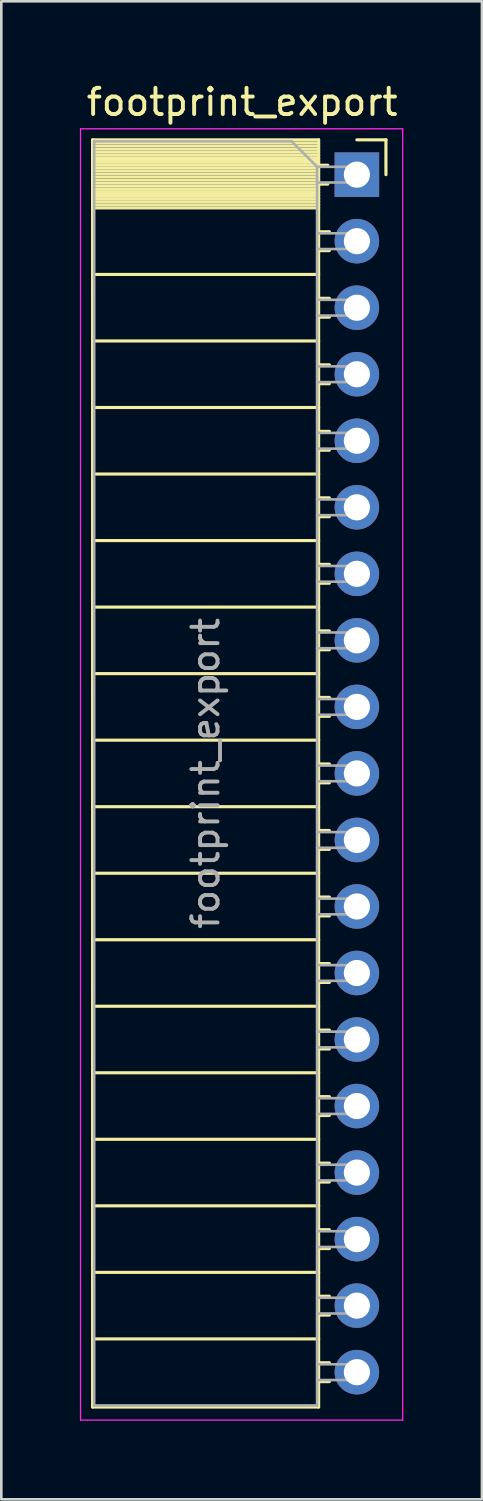
<source format=kicad_pcb>
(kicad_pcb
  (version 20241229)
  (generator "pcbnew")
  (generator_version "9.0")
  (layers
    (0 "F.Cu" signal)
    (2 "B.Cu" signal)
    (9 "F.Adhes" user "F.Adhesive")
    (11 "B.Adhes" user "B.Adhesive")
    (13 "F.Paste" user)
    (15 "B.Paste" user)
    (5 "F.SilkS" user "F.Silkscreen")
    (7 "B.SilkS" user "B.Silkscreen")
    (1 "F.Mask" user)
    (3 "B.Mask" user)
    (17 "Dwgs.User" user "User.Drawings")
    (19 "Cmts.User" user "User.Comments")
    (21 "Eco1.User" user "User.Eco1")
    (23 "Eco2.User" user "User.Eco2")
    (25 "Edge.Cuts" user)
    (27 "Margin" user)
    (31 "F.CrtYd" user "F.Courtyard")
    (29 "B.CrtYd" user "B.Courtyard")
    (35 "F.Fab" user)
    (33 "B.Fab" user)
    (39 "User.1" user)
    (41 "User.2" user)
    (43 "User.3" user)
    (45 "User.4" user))
  (footprint "footprint_export"
    (layer "F.Cu")
    (at 10.575 3.618)
    (property "Reference" "footprint_export" (at -4.38 -2.77 0) (layer "F.SilkS") (effects (font (size 1 1) (thickness 0.15))))
    (attr through_hole)
    (fp_line (start -10.09 -1.33) (end -10.09 47.05) (stroke (width 0.12) (type solid)) (layer "F.SilkS"))
    (fp_line (start -10.09 -1.33) (end -1.46 -1.33) (stroke (width 0.12) (type solid)) (layer "F.SilkS"))
    (fp_line (start -10.09 -1.21) (end -1.46 -1.21) (stroke (width 0.12) (type solid)) (layer "F.SilkS"))
    (fp_line (start -10.09 -1.092) (end -1.46 -1.092) (stroke (width 0.12) (type solid)) (layer "F.SilkS"))
    (fp_line (start -10.09 -0.974) (end -1.46 -0.974) (stroke (width 0.12) (type solid)) (layer "F.SilkS"))
    (fp_line (start -10.09 -0.856) (end -1.46 -0.856) (stroke (width 0.12) (type solid)) (layer "F.SilkS"))
    (fp_line (start -10.09 -0.738) (end -1.46 -0.738) (stroke (width 0.12) (type solid)) (layer "F.SilkS"))
    (fp_line (start -10.09 -0.62) (end -1.46 -0.62) (stroke (width 0.12) (type solid)) (layer "F.SilkS"))
    (fp_line (start -10.09 -0.501) (end -1.46 -0.501) (stroke (width 0.12) (type solid)) (layer "F.SilkS"))
    (fp_line (start -10.09 -0.383) (end -1.46 -0.383) (stroke (width 0.12) (type solid)) (layer "F.SilkS"))
    (fp_line (start -10.09 -0.265) (end -1.46 -0.265) (stroke (width 0.12) (type solid)) (layer "F.SilkS"))
    (fp_line (start -10.09 -0.147) (end -1.46 -0.147) (stroke (width 0.12) (type solid)) (layer "F.SilkS"))
    (fp_line (start -10.09 -0.029) (end -1.46 -0.029) (stroke (width 0.12) (type solid)) (layer "F.SilkS"))
    (fp_line (start -10.09 0.089) (end -1.46 0.089) (stroke (width 0.12) (type solid)) (layer "F.SilkS"))
    (fp_line (start -10.09 0.207) (end -1.46 0.207) (stroke (width 0.12) (type solid)) (layer "F.SilkS"))
    (fp_line (start -10.09 0.325) (end -1.46 0.325) (stroke (width 0.12) (type solid)) (layer "F.SilkS"))
    (fp_line (start -10.09 0.443) (end -1.46 0.443) (stroke (width 0.12) (type solid)) (layer "F.SilkS"))
    (fp_line (start -10.09 0.561) (end -1.46 0.561) (stroke (width 0.12) (type solid)) (layer "F.SilkS"))
    (fp_line (start -10.09 0.68) (end -1.46 0.68) (stroke (width 0.12) (type solid)) (layer "F.SilkS"))
    (fp_line (start -10.09 0.798) (end -1.46 0.798) (stroke (width 0.12) (type solid)) (layer "F.SilkS"))
    (fp_line (start -10.09 0.916) (end -1.46 0.916) (stroke (width 0.12) (type solid)) (layer "F.SilkS"))
    (fp_line (start -10.09 1.034) (end -1.46 1.034) (stroke (width 0.12) (type solid)) (layer "F.SilkS"))
    (fp_line (start -10.09 1.152) (end -1.46 1.152) (stroke (width 0.12) (type solid)) (layer "F.SilkS"))
    (fp_line (start -10.09 1.27) (end -1.46 1.27) (stroke (width 0.12) (type solid)) (layer "F.SilkS"))
    (fp_line (start -10.09 3.81) (end -1.46 3.81) (stroke (width 0.12) (type solid)) (layer "F.SilkS"))
    (fp_line (start -10.09 6.35) (end -1.46 6.35) (stroke (width 0.12) (type solid)) (layer "F.SilkS"))
    (fp_line (start -10.09 8.89) (end -1.46 8.89) (stroke (width 0.12) (type solid)) (layer "F.SilkS"))
    (fp_line (start -10.09 11.43) (end -1.46 11.43) (stroke (width 0.12) (type solid)) (layer "F.SilkS"))
    (fp_line (start -10.09 13.97) (end -1.46 13.97) (stroke (width 0.12) (type solid)) (layer "F.SilkS"))
    (fp_line (start -10.09 16.51) (end -1.46 16.51) (stroke (width 0.12) (type solid)) (layer "F.SilkS"))
    (fp_line (start -10.09 19.05) (end -1.46 19.05) (stroke (width 0.12) (type solid)) (layer "F.SilkS"))
    (fp_line (start -10.09 21.59) (end -1.46 21.59) (stroke (width 0.12) (type solid)) (layer "F.SilkS"))
    (fp_line (start -10.09 24.13) (end -1.46 24.13) (stroke (width 0.12) (type solid)) (layer "F.SilkS"))
    (fp_line (start -10.09 26.67) (end -1.46 26.67) (stroke (width 0.12) (type solid)) (layer "F.SilkS"))
    (fp_line (start -10.09 29.21) (end -1.46 29.21) (stroke (width 0.12) (type solid)) (layer "F.SilkS"))
    (fp_line (start -10.09 31.75) (end -1.46 31.75) (stroke (width 0.12) (type solid)) (layer "F.SilkS"))
    (fp_line (start -10.09 34.29) (end -1.46 34.29) (stroke (width 0.12) (type solid)) (layer "F.SilkS"))
    (fp_line (start -10.09 36.83) (end -1.46 36.83) (stroke (width 0.12) (type solid)) (layer "F.SilkS"))
    (fp_line (start -10.09 39.37) (end -1.46 39.37) (stroke (width 0.12) (type solid)) (layer "F.SilkS"))
    (fp_line (start -10.09 41.91) (end -1.46 41.91) (stroke (width 0.12) (type solid)) (layer "F.SilkS"))
    (fp_line (start -10.09 44.45) (end -1.46 44.45) (stroke (width 0.12) (type solid)) (layer "F.SilkS"))
    (fp_line (start -10.09 47.05) (end -1.46 47.05) (stroke (width 0.12) (type solid)) (layer "F.SilkS"))
    (fp_line (start -1.46 -1.33) (end -1.46 47.05) (stroke (width 0.12) (type solid)) (layer "F.SilkS"))
    (fp_line (start -1.46 -0.36) (end -1.11 -0.36) (stroke (width 0.12) (type solid)) (layer "F.SilkS"))
    (fp_line (start -1.46 0.36) (end -1.11 0.36) (stroke (width 0.12) (type solid)) (layer "F.SilkS"))
    (fp_line (start -1.46 2.18) (end -1.05 2.18) (stroke (width 0.12) (type solid)) (layer "F.SilkS"))
    (fp_line (start -1.46 2.9) (end -1.05 2.9) (stroke (width 0.12) (type solid)) (layer "F.SilkS"))
    (fp_line (start -1.46 4.72) (end -1.05 4.72) (stroke (width 0.12) (type solid)) (layer "F.SilkS"))
    (fp_line (start -1.46 5.44) (end -1.05 5.44) (stroke (width 0.12) (type solid)) (layer "F.SilkS"))
    (fp_line (start -1.46 7.26) (end -1.05 7.26) (stroke (width 0.12) (type solid)) (layer "F.SilkS"))
    (fp_line (start -1.46 7.98) (end -1.05 7.98) (stroke (width 0.12) (type solid)) (layer "F.SilkS"))
    (fp_line (start -1.46 9.8) (end -1.05 9.8) (stroke (width 0.12) (type solid)) (layer "F.SilkS"))
    (fp_line (start -1.46 10.52) (end -1.05 10.52) (stroke (width 0.12) (type solid)) (layer "F.SilkS"))
    (fp_line (start -1.46 12.34) (end -1.05 12.34) (stroke (width 0.12) (type solid)) (layer "F.SilkS"))
    (fp_line (start -1.46 13.06) (end -1.05 13.06) (stroke (width 0.12) (type solid)) (layer "F.SilkS"))
    (fp_line (start -1.46 14.88) (end -1.05 14.88) (stroke (width 0.12) (type solid)) (layer "F.SilkS"))
    (fp_line (start -1.46 15.6) (end -1.05 15.6) (stroke (width 0.12) (type solid)) (layer "F.SilkS"))
    (fp_line (start -1.46 17.42) (end -1.05 17.42) (stroke (width 0.12) (type solid)) (layer "F.SilkS"))
    (fp_line (start -1.46 18.14) (end -1.05 18.14) (stroke (width 0.12) (type solid)) (layer "F.SilkS"))
    (fp_line (start -1.46 19.96) (end -1.05 19.96) (stroke (width 0.12) (type solid)) (layer "F.SilkS"))
    (fp_line (start -1.46 20.68) (end -1.05 20.68) (stroke (width 0.12) (type solid)) (layer "F.SilkS"))
    (fp_line (start -1.46 22.5) (end -1.05 22.5) (stroke (width 0.12) (type solid)) (layer "F.SilkS"))
    (fp_line (start -1.46 23.22) (end -1.05 23.22) (stroke (width 0.12) (type solid)) (layer "F.SilkS"))
    (fp_line (start -1.46 25.04) (end -1.05 25.04) (stroke (width 0.12) (type solid)) (layer "F.SilkS"))
    (fp_line (start -1.46 25.76) (end -1.05 25.76) (stroke (width 0.12) (type solid)) (layer "F.SilkS"))
    (fp_line (start -1.46 27.58) (end -1.05 27.58) (stroke (width 0.12) (type solid)) (layer "F.SilkS"))
    (fp_line (start -1.46 28.3) (end -1.05 28.3) (stroke (width 0.12) (type solid)) (layer "F.SilkS"))
    (fp_line (start -1.46 30.12) (end -1.05 30.12) (stroke (width 0.12) (type solid)) (layer "F.SilkS"))
    (fp_line (start -1.46 30.84) (end -1.05 30.84) (stroke (width 0.12) (type solid)) (layer "F.SilkS"))
    (fp_line (start -1.46 32.66) (end -1.05 32.66) (stroke (width 0.12) (type solid)) (layer "F.SilkS"))
    (fp_line (start -1.46 33.38) (end -1.05 33.38) (stroke (width 0.12) (type solid)) (layer "F.SilkS"))
    (fp_line (start -1.46 35.2) (end -1.05 35.2) (stroke (width 0.12) (type solid)) (layer "F.SilkS"))
    (fp_line (start -1.46 35.92) (end -1.05 35.92) (stroke (width 0.12) (type solid)) (layer "F.SilkS"))
    (fp_line (start -1.46 37.74) (end -1.05 37.74) (stroke (width 0.12) (type solid)) (layer "F.SilkS"))
    (fp_line (start -1.46 38.46) (end -1.05 38.46) (stroke (width 0.12) (type solid)) (layer "F.SilkS"))
    (fp_line (start -1.46 40.28) (end -1.05 40.28) (stroke (width 0.12) (type solid)) (layer "F.SilkS"))
    (fp_line (start -1.46 41) (end -1.05 41) (stroke (width 0.12) (type solid)) (layer "F.SilkS"))
    (fp_line (start -1.46 42.82) (end -1.05 42.82) (stroke (width 0.12) (type solid)) (layer "F.SilkS"))
    (fp_line (start -1.46 43.54) (end -1.05 43.54) (stroke (width 0.12) (type solid)) (layer "F.SilkS"))
    (fp_line (start -1.46 45.36) (end -1.05 45.36) (stroke (width 0.12) (type solid)) (layer "F.SilkS"))
    (fp_line (start -1.46 46.08) (end -1.05 46.08) (stroke (width 0.12) (type solid)) (layer "F.SilkS"))
    (fp_line (start 0 -1.33) (end 1.11 -1.33) (stroke (width 0.12) (type solid)) (layer "F.SilkS"))
    (fp_line (start 1.11 -1.33) (end 1.11 0) (stroke (width 0.12) (type solid)) (layer "F.SilkS"))
    (fp_line (start -10.55 -1.75) (end -10.55 47.55) (stroke (width 0.05) (type solid)) (layer "F.CrtYd"))
    (fp_line (start -10.55 47.55) (end 1.75 47.55) (stroke (width 0.05) (type solid)) (layer "F.CrtYd"))
    (fp_line (start 1.75 -1.75) (end -10.55 -1.75) (stroke (width 0.05) (type solid)) (layer "F.CrtYd"))
    (fp_line (start 1.75 47.55) (end 1.75 -1.75) (stroke (width 0.05) (type solid)) (layer "F.CrtYd"))
    (fp_line (start -10.03 -1.27) (end -2.49 -1.27) (stroke (width 0.1) (type solid)) (layer "F.Fab"))
    (fp_line (start -10.03 46.99) (end -10.03 -1.27) (stroke (width 0.1) (type solid)) (layer "F.Fab"))
    (fp_line (start -2.49 -1.27) (end -1.52 -0.3) (stroke (width 0.1) (type solid)) (layer "F.Fab"))
    (fp_line (start -1.52 -0.3) (end -1.52 46.99) (stroke (width 0.1) (type solid)) (layer "F.Fab"))
    (fp_line (start -1.52 0.3) (end 0 0.3) (stroke (width 0.1) (type solid)) (layer "F.Fab"))
    (fp_line (start -1.52 2.84) (end 0 2.84) (stroke (width 0.1) (type solid)) (layer "F.Fab"))
    (fp_line (start -1.52 5.38) (end 0 5.38) (stroke (width 0.1) (type solid)) (layer "F.Fab"))
    (fp_line (start -1.52 7.92) (end 0 7.92) (stroke (width 0.1) (type solid)) (layer "F.Fab"))
    (fp_line (start -1.52 10.46) (end 0 10.46) (stroke (width 0.1) (type solid)) (layer "F.Fab"))
    (fp_line (start -1.52 13) (end 0 13) (stroke (width 0.1) (type solid)) (layer "F.Fab"))
    (fp_line (start -1.52 15.54) (end 0 15.54) (stroke (width 0.1) (type solid)) (layer "F.Fab"))
    (fp_line (start -1.52 18.08) (end 0 18.08) (stroke (width 0.1) (type solid)) (layer "F.Fab"))
    (fp_line (start -1.52 20.62) (end 0 20.62) (stroke (width 0.1) (type solid)) (layer "F.Fab"))
    (fp_line (start -1.52 23.16) (end 0 23.16) (stroke (width 0.1) (type solid)) (layer "F.Fab"))
    (fp_line (start -1.52 25.7) (end 0 25.7) (stroke (width 0.1) (type solid)) (layer "F.Fab"))
    (fp_line (start -1.52 28.24) (end 0 28.24) (stroke (width 0.1) (type solid)) (layer "F.Fab"))
    (fp_line (start -1.52 30.78) (end 0 30.78) (stroke (width 0.1) (type solid)) (layer "F.Fab"))
    (fp_line (start -1.52 33.32) (end 0 33.32) (stroke (width 0.1) (type solid)) (layer "F.Fab"))
    (fp_line (start -1.52 35.86) (end 0 35.86) (stroke (width 0.1) (type solid)) (layer "F.Fab"))
    (fp_line (start -1.52 38.4) (end 0 38.4) (stroke (width 0.1) (type solid)) (layer "F.Fab"))
    (fp_line (start -1.52 40.94) (end 0 40.94) (stroke (width 0.1) (type solid)) (layer "F.Fab"))
    (fp_line (start -1.52 43.48) (end 0 43.48) (stroke (width 0.1) (type solid)) (layer "F.Fab"))
    (fp_line (start -1.52 46.02) (end 0 46.02) (stroke (width 0.1) (type solid)) (layer "F.Fab"))
    (fp_line (start -1.52 46.99) (end -10.03 46.99) (stroke (width 0.1) (type solid)) (layer "F.Fab"))
    (fp_line (start 0 -0.3) (end -1.52 -0.3) (stroke (width 0.1) (type solid)) (layer "F.Fab"))
    (fp_line (start 0 0.3) (end 0 -0.3) (stroke (width 0.1) (type solid)) (layer "F.Fab"))
    (fp_line (start 0 2.24) (end -1.52 2.24) (stroke (width 0.1) (type solid)) (layer "F.Fab"))
    (fp_line (start 0 2.84) (end 0 2.24) (stroke (width 0.1) (type solid)) (layer "F.Fab"))
    (fp_line (start 0 4.78) (end -1.52 4.78) (stroke (width 0.1) (type solid)) (layer "F.Fab"))
    (fp_line (start 0 5.38) (end 0 4.78) (stroke (width 0.1) (type solid)) (layer "F.Fab"))
    (fp_line (start 0 7.32) (end -1.52 7.32) (stroke (width 0.1) (type solid)) (layer "F.Fab"))
    (fp_line (start 0 7.92) (end 0 7.32) (stroke (width 0.1) (type solid)) (layer "F.Fab"))
    (fp_line (start 0 9.86) (end -1.52 9.86) (stroke (width 0.1) (type solid)) (layer "F.Fab"))
    (fp_line (start 0 10.46) (end 0 9.86) (stroke (width 0.1) (type solid)) (layer "F.Fab"))
    (fp_line (start 0 12.4) (end -1.52 12.4) (stroke (width 0.1) (type solid)) (layer "F.Fab"))
    (fp_line (start 0 13) (end 0 12.4) (stroke (width 0.1) (type solid)) (layer "F.Fab"))
    (fp_line (start 0 14.94) (end -1.52 14.94) (stroke (width 0.1) (type solid)) (layer "F.Fab"))
    (fp_line (start 0 15.54) (end 0 14.94) (stroke (width 0.1) (type solid)) (layer "F.Fab"))
    (fp_line (start 0 17.48) (end -1.52 17.48) (stroke (width 0.1) (type solid)) (layer "F.Fab"))
    (fp_line (start 0 18.08) (end 0 17.48) (stroke (width 0.1) (type solid)) (layer "F.Fab"))
    (fp_line (start 0 20.02) (end -1.52 20.02) (stroke (width 0.1) (type solid)) (layer "F.Fab"))
    (fp_line (start 0 20.62) (end 0 20.02) (stroke (width 0.1) (type solid)) (layer "F.Fab"))
    (fp_line (start 0 22.56) (end -1.52 22.56) (stroke (width 0.1) (type solid)) (layer "F.Fab"))
    (fp_line (start 0 23.16) (end 0 22.56) (stroke (width 0.1) (type solid)) (layer "F.Fab"))
    (fp_line (start 0 25.1) (end -1.52 25.1) (stroke (width 0.1) (type solid)) (layer "F.Fab"))
    (fp_line (start 0 25.7) (end 0 25.1) (stroke (width 0.1) (type solid)) (layer "F.Fab"))
    (fp_line (start 0 27.64) (end -1.52 27.64) (stroke (width 0.1) (type solid)) (layer "F.Fab"))
    (fp_line (start 0 28.24) (end 0 27.64) (stroke (width 0.1) (type solid)) (layer "F.Fab"))
    (fp_line (start 0 30.18) (end -1.52 30.18) (stroke (width 0.1) (type solid)) (layer "F.Fab"))
    (fp_line (start 0 30.78) (end 0 30.18) (stroke (width 0.1) (type solid)) (layer "F.Fab"))
    (fp_line (start 0 32.72) (end -1.52 32.72) (stroke (width 0.1) (type solid)) (layer "F.Fab"))
    (fp_line (start 0 33.32) (end 0 32.72) (stroke (width 0.1) (type solid)) (layer "F.Fab"))
    (fp_line (start 0 35.26) (end -1.52 35.26) (stroke (width 0.1) (type solid)) (layer "F.Fab"))
    (fp_line (start 0 35.86) (end 0 35.26) (stroke (width 0.1) (type solid)) (layer "F.Fab"))
    (fp_line (start 0 37.8) (end -1.52 37.8) (stroke (width 0.1) (type solid)) (layer "F.Fab"))
    (fp_line (start 0 38.4) (end 0 37.8) (stroke (width 0.1) (type solid)) (layer "F.Fab"))
    (fp_line (start 0 40.34) (end -1.52 40.34) (stroke (width 0.1) (type solid)) (layer "F.Fab"))
    (fp_line (start 0 40.94) (end 0 40.34) (stroke (width 0.1) (type solid)) (layer "F.Fab"))
    (fp_line (start 0 42.88) (end -1.52 42.88) (stroke (width 0.1) (type solid)) (layer "F.Fab"))
    (fp_line (start 0 43.48) (end 0 42.88) (stroke (width 0.1) (type solid)) (layer "F.Fab"))
    (fp_line (start 0 45.42) (end -1.52 45.42) (stroke (width 0.1) (type solid)) (layer "F.Fab"))
    (fp_line (start 0 46.02) (end 0 45.42) (stroke (width 0.1) (type solid)) (layer "F.Fab"))
    (fp_text user "${REFERENCE}" (at -5.775 22.86 90) (layer "F.Fab") (effects (font (size 1 1) (thickness 0.15))))
    (pad "1" thru_hole rect (at 0 0) (size 1.7 1.7) (drill 1) (layers "*.Cu" "*.Mask"))
    (pad "2" thru_hole oval (at 0 2.54) (size 1.7 1.7) (drill 1) (layers "*.Cu" "*.Mask"))
    (pad "3" thru_hole oval (at 0 5.08) (size 1.7 1.7) (drill 1) (layers "*.Cu" "*.Mask"))
    (pad "4" thru_hole oval (at 0 7.62) (size 1.7 1.7) (drill 1) (layers "*.Cu" "*.Mask"))
    (pad "5" thru_hole oval (at 0 10.16) (size 1.7 1.7) (drill 1) (layers "*.Cu" "*.Mask"))
    (pad "6" thru_hole oval (at 0 12.7) (size 1.7 1.7) (drill 1) (layers "*.Cu" "*.Mask"))
    (pad "7" thru_hole oval (at 0 15.24) (size 1.7 1.7) (drill 1) (layers "*.Cu" "*.Mask"))
    (pad "8" thru_hole oval (at 0 17.78) (size 1.7 1.7) (drill 1) (layers "*.Cu" "*.Mask"))
    (pad "9" thru_hole oval (at 0 20.32) (size 1.7 1.7) (drill 1) (layers "*.Cu" "*.Mask"))
    (pad "10" thru_hole oval (at 0 22.86) (size 1.7 1.7) (drill 1) (layers "*.Cu" "*.Mask"))
    (pad "11" thru_hole oval (at 0 25.4) (size 1.7 1.7) (drill 1) (layers "*.Cu" "*.Mask"))
    (pad "12" thru_hole oval (at 0 27.94) (size 1.7 1.7) (drill 1) (layers "*.Cu" "*.Mask"))
    (pad "13" thru_hole oval (at 0 30.48) (size 1.7 1.7) (drill 1) (layers "*.Cu" "*.Mask"))
    (pad "14" thru_hole oval (at 0 33.02) (size 1.7 1.7) (drill 1) (layers "*.Cu" "*.Mask"))
    (pad "15" thru_hole oval (at 0 35.56) (size 1.7 1.7) (drill 1) (layers "*.Cu" "*.Mask"))
    (pad "16" thru_hole oval (at 0 38.1) (size 1.7 1.7) (drill 1) (layers "*.Cu" "*.Mask"))
    (pad "17" thru_hole oval (at 0 40.64) (size 1.7 1.7) (drill 1) (layers "*.Cu" "*.Mask"))
    (pad "18" thru_hole oval (at 0 43.18) (size 1.7 1.7) (drill 1) (layers "*.Cu" "*.Mask"))
    (pad "19" thru_hole oval (at 0 45.72) (size 1.7 1.7) (drill 1) (layers "*.Cu" "*.Mask")))
  (gr_rect
    (start -3 -3)
    (end 15.35 54.193)
    (stroke (width 0.1) (type default))
    (fill no)
    (layer "Edge.Cuts")))
</source>
